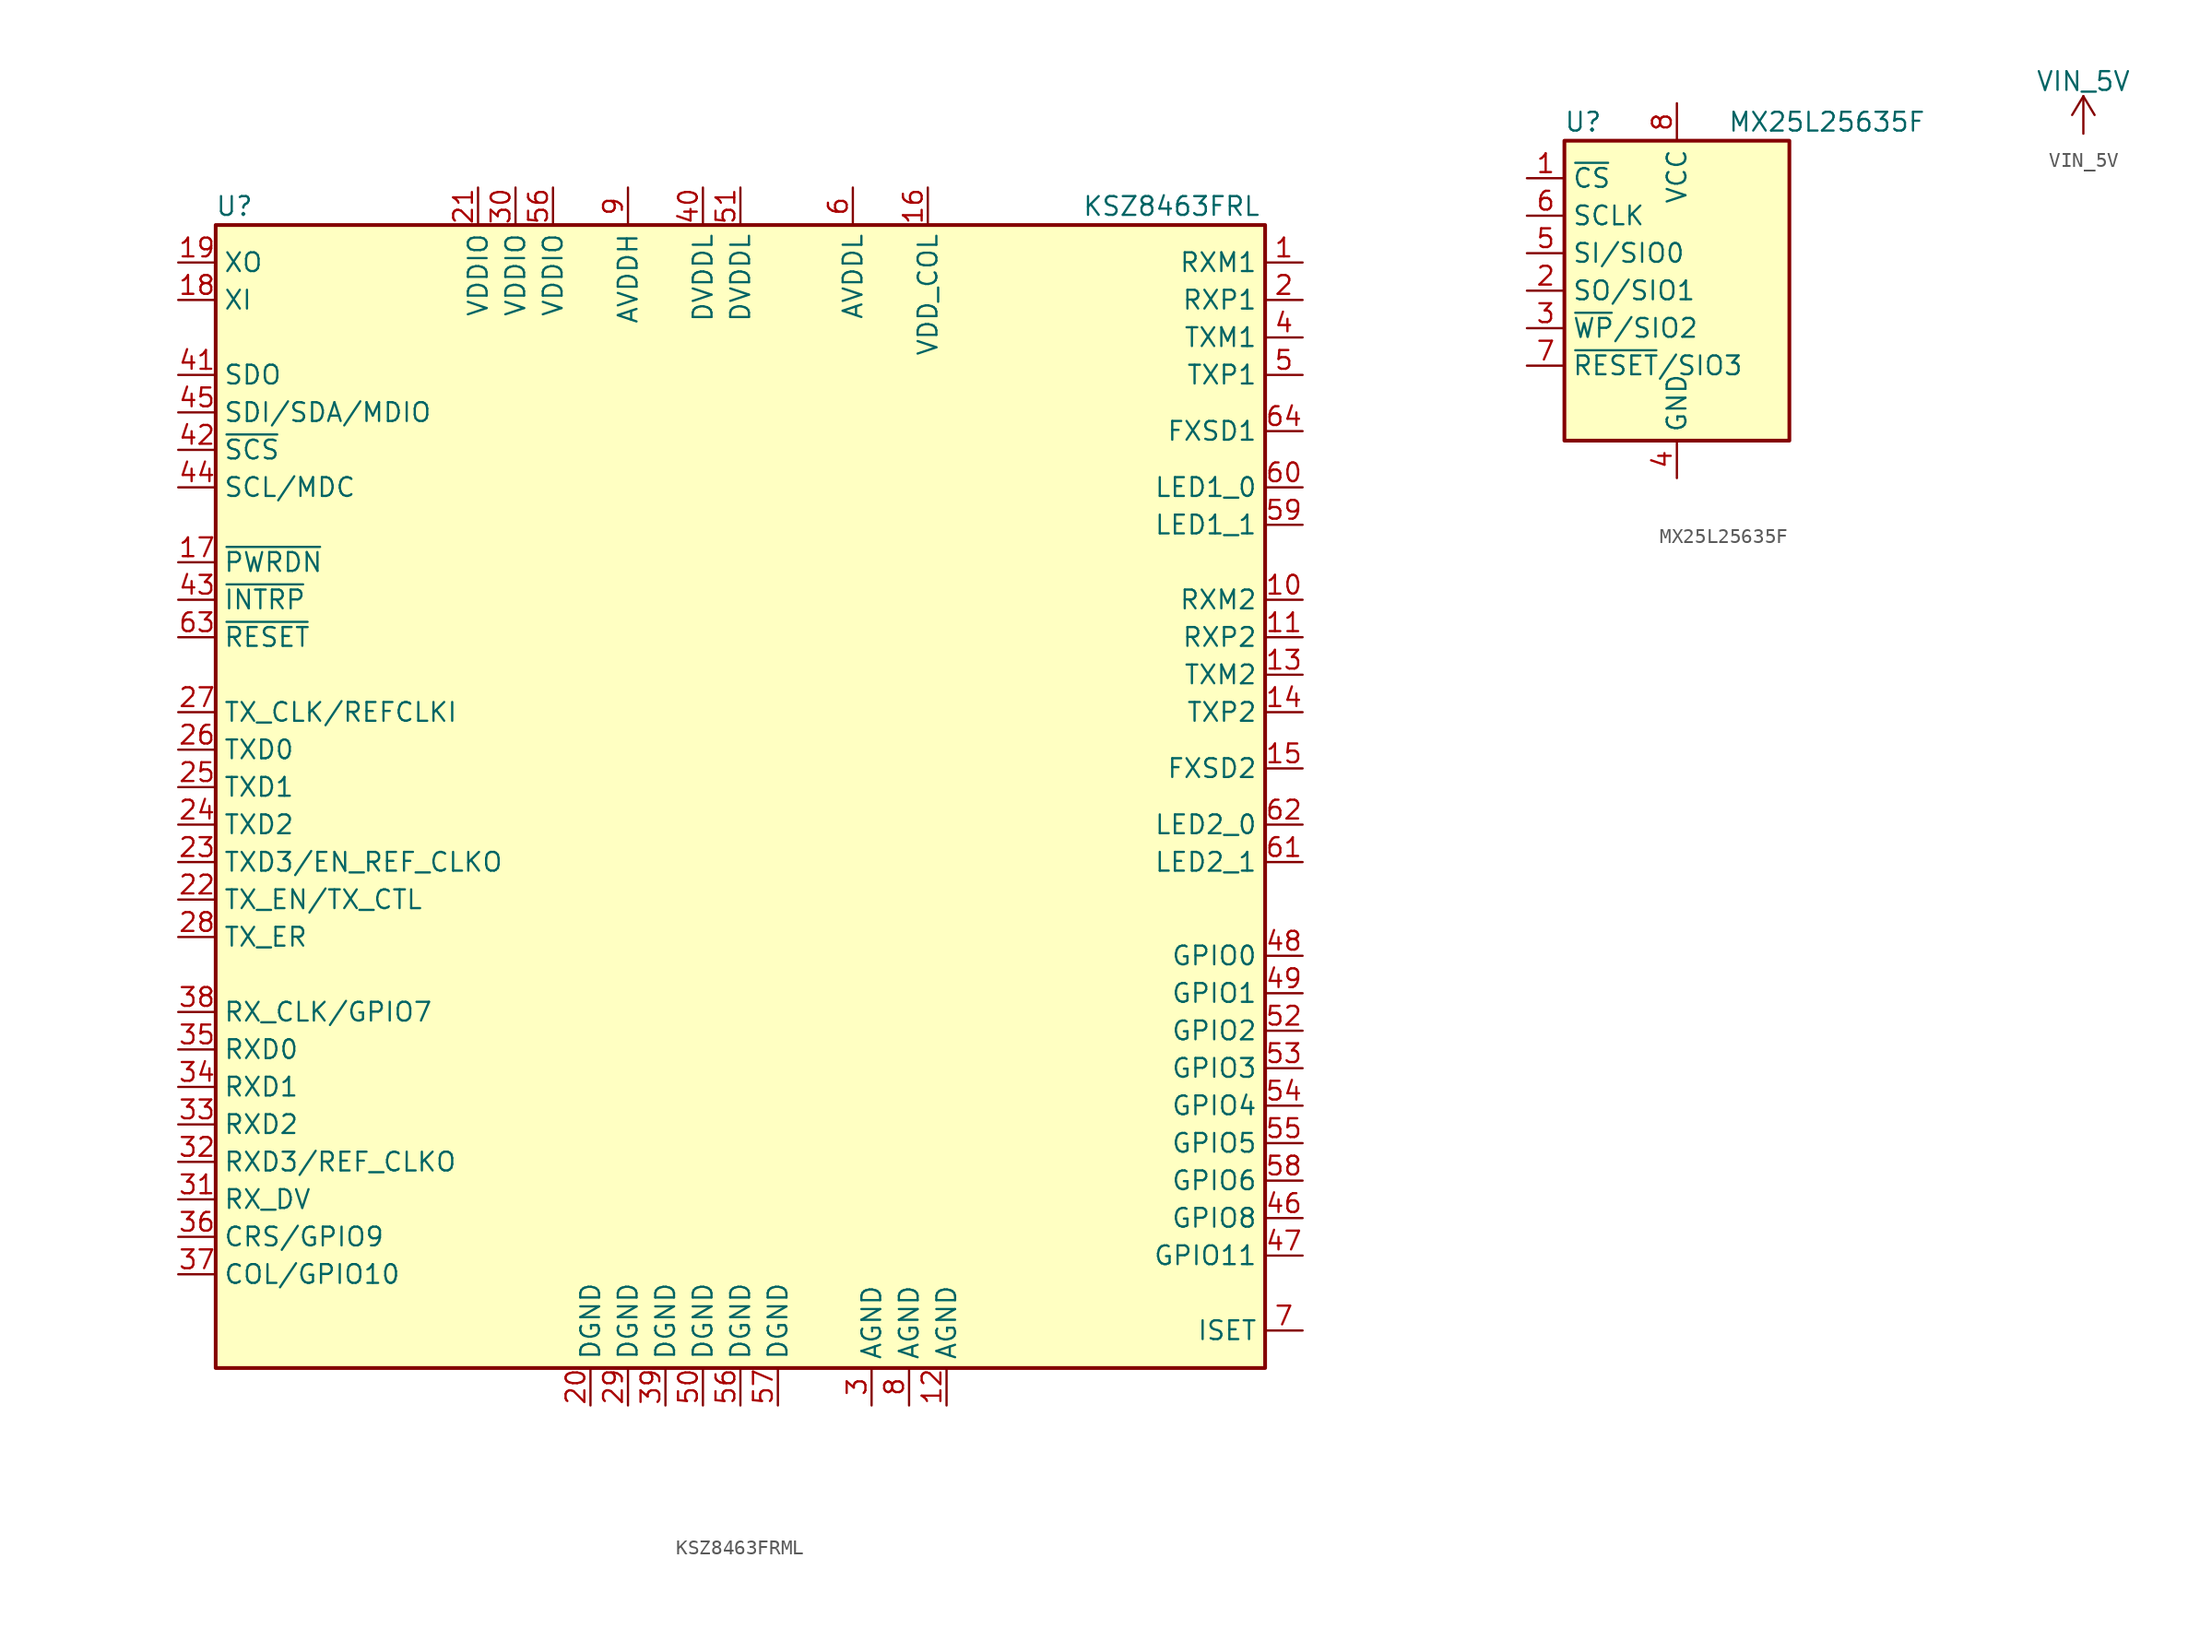
<source format=kicad_sym>
(kicad_symbol_lib
  (version 20220914)
  (generator kicad_symbol_editor)
  (symbol "KSZ8463FRML"
    (property "Reference" "U"
      (at -34.29 36.83 0)
      (effects (font (size 1.27 1.27))))
    (property "Value" "KSZ8463FRL"
      (at 29.21 36.83 0)
      (effects (font (size 1.27 1.27))))
    (symbol "KSZ8463FRML_0_1"
      (rectangle (start -35.56 35.56) (end 35.56 -41.91) (stroke (width 0.254) (type default)) (fill (type background))))
    (symbol "KSZ8463FRML_1_1"
      (pin passive line (at 38.1 33.02 180) (length 2.54) (name "RXM1" (effects (font (size 1.27 1.27)))) (number "1" (effects (font (size 1.27 1.27)))))
      (pin passive line (at 38.1 10.16 180) (length 2.54) (name "RXM2" (effects (font (size 1.27 1.27)))) (number "10" (effects (font (size 1.27 1.27)))))
      (pin passive line (at 38.1 7.62 180) (length 2.54) (name "RXP2" (effects (font (size 1.27 1.27)))) (number "11" (effects (font (size 1.27 1.27)))))
      (pin power_in line (at 13.97 -44.45 90) (length 2.54) (name "AGND" (effects (font (size 1.27 1.27)))) (number "12" (effects (font (size 1.27 1.27)))))
      (pin passive line (at 38.1 5.08 180) (length 2.54) (name "TXM2" (effects (font (size 1.27 1.27)))) (number "13" (effects (font (size 1.27 1.27)))))
      (pin passive line (at 38.1 2.54 180) (length 2.54) (name "TXP2" (effects (font (size 1.27 1.27)))) (number "14" (effects (font (size 1.27 1.27)))))
      (pin input line (at 38.1 -1.27 180) (length 2.54) (name "FXSD2" (effects (font (size 1.27 1.27)))) (number "15" (effects (font (size 1.27 1.27)))))
      (pin power_in line (at 12.7 38.1 270) (length 2.54) (name "VDD_COL" (effects (font (size 1.27 1.27)))) (number "16" (effects (font (size 1.27 1.27)))))
      (pin input line (at -38.1 12.7 0) (length 2.54) (name "~{PWRDN}" (effects (font (size 1.27 1.27)))) (number "17" (effects (font (size 1.27 1.27)))))
      (pin input line (at -38.1 30.48 0) (length 2.54) (name "XI" (effects (font (size 1.27 1.27)))) (number "18" (effects (font (size 1.27 1.27)))))
      (pin output line (at -38.1 33.02 0) (length 2.54) (name "XO" (effects (font (size 1.27 1.27)))) (number "19" (effects (font (size 1.27 1.27)))))
      (pin passive line (at 38.1 30.48 180) (length 2.54) (name "RXP1" (effects (font (size 1.27 1.27)))) (number "2" (effects (font (size 1.27 1.27)))))
      (pin power_in line (at -10.16 -44.45 90) (length 2.54) (name "DGND" (effects (font (size 1.27 1.27)))) (number "20" (effects (font (size 1.27 1.27)))))
      (pin power_in line (at -17.78 38.1 270) (length 2.54) (name "VDDIO" (effects (font (size 1.27 1.27)))) (number "21" (effects (font (size 1.27 1.27)))))
      (pin input line (at -38.1 -10.16 0) (length 2.54) (name "TX_EN/TX_CTL" (effects (font (size 1.27 1.27)))) (number "22" (effects (font (size 1.27 1.27)))))
      (pin input line (at -38.1 -7.62 0) (length 2.54) (name "TXD3/EN_REF_CLKO" (effects (font (size 1.27 1.27)))) (number "23" (effects (font (size 1.27 1.27)))))
      (pin input line (at -38.1 -5.08 0) (length 2.54) (name "TXD2" (effects (font (size 1.27 1.27)))) (number "24" (effects (font (size 1.27 1.27)))))
      (pin input line (at -38.1 -2.54 0) (length 2.54) (name "TXD1" (effects (font (size 1.27 1.27)))) (number "25" (effects (font (size 1.27 1.27)))))
      (pin input line (at -38.1 0 0) (length 2.54) (name "TXD0" (effects (font (size 1.27 1.27)))) (number "26" (effects (font (size 1.27 1.27)))))
      (pin input line (at -38.1 2.54 0) (length 2.54) (name "TX_CLK/REFCLKI" (effects (font (size 1.27 1.27)))) (number "27" (effects (font (size 1.27 1.27)))))
      (pin input line (at -38.1 -12.7 0) (length 2.54) (name "TX_ER" (effects (font (size 1.27 1.27)))) (number "28" (effects (font (size 1.27 1.27)))))
      (pin power_in line (at -7.62 -44.45 90) (length 2.54) (name "DGND" (effects (font (size 1.27 1.27)))) (number "29" (effects (font (size 1.27 1.27)))))
      (pin power_in line (at 8.89 -44.45 90) (length 2.54) (name "AGND" (effects (font (size 1.27 1.27)))) (number "3" (effects (font (size 1.27 1.27)))))
      (pin power_in line (at -15.24 38.1 270) (length 2.54) (name "VDDIO" (effects (font (size 1.27 1.27)))) (number "30" (effects (font (size 1.27 1.27)))))
      (pin output line (at -38.1 -30.48 0) (length 2.54) (name "RX_DV" (effects (font (size 1.27 1.27)))) (number "31" (effects (font (size 1.27 1.27)))))
      (pin output line (at -38.1 -27.94 0) (length 2.54) (name "RXD3/REF_CLKO" (effects (font (size 1.27 1.27)))) (number "32" (effects (font (size 1.27 1.27)))))
      (pin output line (at -38.1 -25.4 0) (length 2.54) (name "RXD2" (effects (font (size 1.27 1.27)))) (number "33" (effects (font (size 1.27 1.27)))))
      (pin output line (at -38.1 -22.86 0) (length 2.54) (name "RXD1" (effects (font (size 1.27 1.27)))) (number "34" (effects (font (size 1.27 1.27)))))
      (pin output line (at -38.1 -20.32 0) (length 2.54) (name "RXD0" (effects (font (size 1.27 1.27)))) (number "35" (effects (font (size 1.27 1.27)))))
      (pin output line (at -38.1 -33.02 0) (length 2.54) (name "CRS/GPIO9" (effects (font (size 1.27 1.27)))) (number "36" (effects (font (size 1.27 1.27)))))
      (pin output line (at -38.1 -35.56 0) (length 2.54) (name "COL/GPIO10" (effects (font (size 1.27 1.27)))) (number "37" (effects (font (size 1.27 1.27)))))
      (pin output line (at -38.1 -17.78 0) (length 2.54) (name "RX_CLK/GPIO7" (effects (font (size 1.27 1.27)))) (number "38" (effects (font (size 1.27 1.27)))))
      (pin power_in line (at -5.08 -44.45 90) (length 2.54) (name "DGND" (effects (font (size 1.27 1.27)))) (number "39" (effects (font (size 1.27 1.27)))))
      (pin passive line (at 38.1 27.94 180) (length 2.54) (name "TXM1" (effects (font (size 1.27 1.27)))) (number "4" (effects (font (size 1.27 1.27)))))
      (pin power_in line (at -2.54 38.1 270) (length 2.54) (name "DVDDL" (effects (font (size 1.27 1.27)))) (number "40" (effects (font (size 1.27 1.27)))))
      (pin output line (at -38.1 25.4 0) (length 2.54) (name "SDO" (effects (font (size 1.27 1.27)))) (number "41" (effects (font (size 1.27 1.27)))))
      (pin input line (at -38.1 20.32 0) (length 2.54) (name "~{SCS}" (effects (font (size 1.27 1.27)))) (number "42" (effects (font (size 1.27 1.27)))))
      (pin output line (at -38.1 10.16 0) (length 2.54) (name "~{INTRP}" (effects (font (size 1.27 1.27)))) (number "43" (effects (font (size 1.27 1.27)))))
      (pin input line (at -38.1 17.78 0) (length 2.54) (name "SCL/MDC" (effects (font (size 1.27 1.27)))) (number "44" (effects (font (size 1.27 1.27)))))
      (pin bidirectional line (at -38.1 22.86 0) (length 2.54) (name "SDI/SDA/MDIO" (effects (font (size 1.27 1.27)))) (number "45" (effects (font (size 1.27 1.27)))))
      (pin bidirectional line (at 38.1 -31.75 180) (length 2.54) (name "GPIO8" (effects (font (size 1.27 1.27)))) (number "46" (effects (font (size 1.27 1.27)))))
      (pin passive line (at 38.1 -34.29 180) (length 2.54) (name "GPIO11" (effects (font (size 1.27 1.27)))) (number "47" (effects (font (size 1.27 1.27)))))
      (pin bidirectional line (at 38.1 -13.97 180) (length 2.54) (name "GPIO0" (effects (font (size 1.27 1.27)))) (number "48" (effects (font (size 1.27 1.27)))))
      (pin bidirectional line (at 38.1 -16.51 180) (length 2.54) (name "GPIO1" (effects (font (size 1.27 1.27)))) (number "49" (effects (font (size 1.27 1.27)))))
      (pin passive line (at 38.1 25.4 180) (length 2.54) (name "TXP1" (effects (font (size 1.27 1.27)))) (number "5" (effects (font (size 1.27 1.27)))))
      (pin power_in line (at -2.54 -44.45 90) (length 2.54) (name "DGND" (effects (font (size 1.27 1.27)))) (number "50" (effects (font (size 1.27 1.27)))))
      (pin power_in line (at 0 38.1 270) (length 2.54) (name "DVDDL" (effects (font (size 1.27 1.27)))) (number "51" (effects (font (size 1.27 1.27)))))
      (pin bidirectional line (at 38.1 -19.05 180) (length 2.54) (name "GPIO2" (effects (font (size 1.27 1.27)))) (number "52" (effects (font (size 1.27 1.27)))))
      (pin bidirectional line (at 38.1 -21.59 180) (length 2.54) (name "GPIO3" (effects (font (size 1.27 1.27)))) (number "53" (effects (font (size 1.27 1.27)))))
      (pin bidirectional line (at 38.1 -24.13 180) (length 2.54) (name "GPIO4" (effects (font (size 1.27 1.27)))) (number "54" (effects (font (size 1.27 1.27)))))
      (pin bidirectional line (at 38.1 -26.67 180) (length 2.54) (name "GPIO5" (effects (font (size 1.27 1.27)))) (number "55" (effects (font (size 1.27 1.27)))))
      (pin power_in line (at 0 -44.45 90) (length 2.54) (name "DGND" (effects (font (size 1.27 1.27)))) (number "56" (effects (font (size 1.27 1.27)))))
      (pin power_in line (at -12.7 38.1 270) (length 2.54) (name "VDDIO" (effects (font (size 1.27 1.27)))) (number "56" (effects (font (size 1.27 1.27)))))
      (pin power_in line (at 2.54 -44.45 90) (length 2.54) (name "DGND" (effects (font (size 1.27 1.27)))) (number "57" (effects (font (size 1.27 1.27)))))
      (pin bidirectional line (at 38.1 -29.21 180) (length 2.54) (name "GPIO6" (effects (font (size 1.27 1.27)))) (number "58" (effects (font (size 1.27 1.27)))))
      (pin output line (at 38.1 15.24 180) (length 2.54) (name "LED1_1" (effects (font (size 1.27 1.27)))) (number "59" (effects (font (size 1.27 1.27)))))
      (pin power_in line (at 7.62 38.1 270) (length 2.54) (name "AVDDL" (effects (font (size 1.27 1.27)))) (number "6" (effects (font (size 1.27 1.27)))))
      (pin output line (at 38.1 17.78 180) (length 2.54) (name "LED1_0" (effects (font (size 1.27 1.27)))) (number "60" (effects (font (size 1.27 1.27)))))
      (pin output line (at 38.1 -7.62 180) (length 2.54) (name "LED2_1" (effects (font (size 1.27 1.27)))) (number "61" (effects (font (size 1.27 1.27)))))
      (pin output line (at 38.1 -5.08 180) (length 2.54) (name "LED2_0" (effects (font (size 1.27 1.27)))) (number "62" (effects (font (size 1.27 1.27)))))
      (pin input line (at -38.1 7.62 0) (length 2.54) (name "~{RESET}" (effects (font (size 1.27 1.27)))) (number "63" (effects (font (size 1.27 1.27)))))
      (pin input line (at 38.1 21.59 180) (length 2.54) (name "FXSD1" (effects (font (size 1.27 1.27)))) (number "64" (effects (font (size 1.27 1.27)))))
      (pin passive line (at 38.1 -39.37 180) (length 2.54) (name "ISET" (effects (font (size 1.27 1.27)))) (number "7" (effects (font (size 1.27 1.27)))))
      (pin power_in line (at 11.43 -44.45 90) (length 2.54) (name "AGND" (effects (font (size 1.27 1.27)))) (number "8" (effects (font (size 1.27 1.27)))))
      (pin power_in line (at -7.62 38.1 270) (length 2.54) (name "AVDDH" (effects (font (size 1.27 1.27)))) (number "9" (effects (font (size 1.27 1.27)))))))
  (symbol "MX25L25635F"
    (property "Reference" "U"
      (at -6.35 11.43 0)
      (effects (font (size 1.27 1.27))))
    (property "Value" "MX25L25635F"
      (at 10.16 11.43 0)
      (effects (font (size 1.27 1.27))))
    (symbol "MX25L25635F_0_1"
      (rectangle (start -7.62 10.16) (end 7.62 -10.16) (stroke (width 0.254) (type default)) (fill (type background))))
    (symbol "MX25L25635F_1_1"
      (pin input line (at -10.16 7.62 0) (length 2.54) (name "~{CS}" (effects (font (size 1.27 1.27)))) (number "1" (effects (font (size 1.27 1.27)))))
      (pin bidirectional line (at -10.16 0 0) (length 2.54) (name "SO/SIO1" (effects (font (size 1.27 1.27)))) (number "2" (effects (font (size 1.27 1.27)))))
      (pin bidirectional line (at -10.16 -2.54 0) (length 2.54) (name "~{WP}/SIO2" (effects (font (size 1.27 1.27)))) (number "3" (effects (font (size 1.27 1.27)))))
      (pin power_in line (at 0 -12.7 90) (length 2.54) (name "GND" (effects (font (size 1.27 1.27)))) (number "4" (effects (font (size 1.27 1.27)))))
      (pin bidirectional line (at -10.16 2.54 0) (length 2.54) (name "SI/SIO0" (effects (font (size 1.27 1.27)))) (number "5" (effects (font (size 1.27 1.27)))))
      (pin input line (at -10.16 5.08 0) (length 2.54) (name "SCLK" (effects (font (size 1.27 1.27)))) (number "6" (effects (font (size 1.27 1.27)))))
      (pin bidirectional line (at -10.16 -5.08 0) (length 2.54) (name "~{RESET}/SIO3" (effects (font (size 1.27 1.27)))) (number "7" (effects (font (size 1.27 1.27)))))
      (pin power_in line (at 0 12.7 270) (length 2.54) (name "VCC" (effects (font (size 1.27 1.27)))) (number "8" (effects (font (size 1.27 1.27)))))))
  (symbol "VIN_5V"
    (power)
    (pin_names
      (offset 0))
    (property "Reference" "#PWR"
      (at 0 -3.81 0)
      (effects (font (size 1.27 1.27)) hide))
    (property "Value" "VIN_5V"
      (at 0 3.556 0)
      (effects (font (size 1.27 1.27))))
    (symbol "VIN_5V_0_1"
      (polyline (pts (xy -0.762 1.27) (xy 0 2.54)) (stroke (width 0) (type default)) (fill (type none)))
      (polyline (pts (xy 0 0) (xy 0 2.54)) (stroke (width 0) (type default)) (fill (type none)))
      (polyline (pts (xy 0 2.54) (xy 0.762 1.27)) (stroke (width 0) (type default)) (fill (type none))))
    (symbol "VIN_5V_1_1"
      (pin power_in line (at 0 0 90) (length 0) hide (name "+5V0" (effects (font (size 1.27 1.27)))) (number "1" (effects (font (size 1.27 1.27))))))))
</source>
